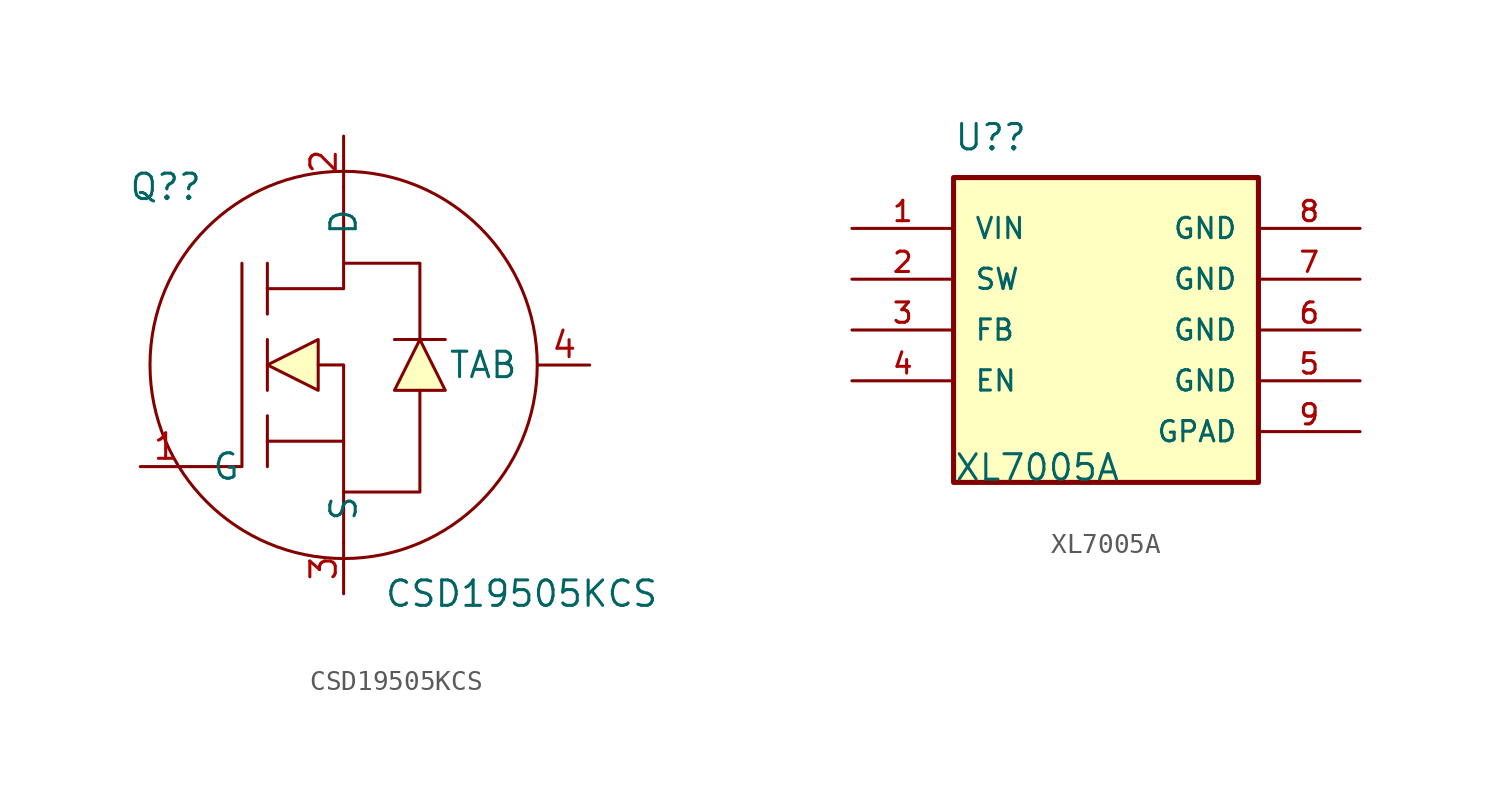
<source format=kicad_sym>
(kicad_symbol_lib
  (version 20211014)
  (generator kicad_symbol_editor)
  (symbol "CSD19505KCS"
    (pin_names
      (offset 1.016))
    (property "Reference" "Q?"
      (at -8.89 8.89 0)
      (effects (font (size 1.27 1.27))))
    (property "Value" "CSD19505KCS"
      (at 8.89 -11.43 0)
      (effects (font (size 1.27 1.27))))
    (symbol "CSD19505KCS_0_0"
      (pin passive line (at -10.16 -5.08 0) (length 2.54) (name "G" (effects (font (size 1.27 1.27)))) (number "1" (effects (font (size 1.27 1.27)))))
      (pin passive line (at 0 11.43 270) (length 2.54) (name "D" (effects (font (size 1.27 1.27)))) (number "2" (effects (font (size 1.27 1.27)))))
      (pin passive line (at 0 -11.43 90) (length 2.54) (name "S" (effects (font (size 1.27 1.27)))) (number "3" (effects (font (size 1.27 1.27)))))
      (pin passive line (at 12.291 -0.005 180) (length 2.54) (name "TAB" (effects (font (size 1.27 1.27)))) (number "4" (effects (font (size 1.27 1.27))))))
    (symbol "CSD19505KCS_0_1"
      (polyline (pts (xy -3.81 -3.81) (xy 0 -3.81)) (stroke (width 0) (type default) (color 0 0 0 0)) (fill (type none)))
      (polyline (pts (xy -3.81 -2.54) (xy -3.81 -5.08)) (stroke (width 0) (type default) (color 0 0 0 0)) (fill (type none)))
      (polyline (pts (xy -3.81 -1.27) (xy -3.81 1.27)) (stroke (width 0) (type default) (color 0 0 0 0)) (fill (type none)))
      (polyline (pts (xy -3.81 2.54) (xy -3.81 5.08)) (stroke (width 0) (type default) (color 0 0 0 0)) (fill (type none)))
      (polyline (pts (xy 2.54 1.27) (xy 5.08 1.27)) (stroke (width 0) (type default) (color 0 0 0 0)) (fill (type none)))
      (polyline (pts (xy -7.62 -5.08) (xy -5.08 -5.08) (xy -5.08 5.08)) (stroke (width 0) (type default) (color 0 0 0 0)) (fill (type none)))
      (polyline (pts (xy -3.81 3.81) (xy 0 3.81) (xy 0 8.89)) (stroke (width 0) (type default) (color 0 0 0 0)) (fill (type none)))
      (polyline (pts (xy -1.27 0) (xy 0 0) (xy 0 -8.89)) (stroke (width 0) (type default) (color 0 0 0 0)) (fill (type none)))
      (polyline (pts (xy 3.81 1.27) (xy 3.81 5.08) (xy 0 5.08)) (stroke (width 0) (type default) (color 0 0 0 0)) (fill (type none)))
      (polyline (pts (xy -1.27 -1.27) (xy -1.27 1.27) (xy -3.81 0) (xy -1.27 -1.27)) (stroke (width 0) (type default) (color 0 0 0 0)) (fill (type background)))
      (polyline (pts (xy 2.54 -1.27) (xy 5.08 -1.27) (xy 3.81 1.27) (xy 2.54 -1.27)) (stroke (width 0) (type default) (color 0 0 0 0)) (fill (type background)))
      (polyline (pts (xy 3.81 -1.27) (xy 3.81 -6.35) (xy 0 -6.35) (xy 2.54 -6.35)) (stroke (width 0) (type default) (color 0 0 0 0)) (fill (type none)))
      (circle (center 0 0) (radius 9.672) (stroke (width 0) (type default) (color 0 0 0 0)) (fill (type none)))))
  (symbol "XL7005A"
    (pin_names
      (offset 1.016))
    (property "Reference" "U?"
      (at -7.62 8.89 0)
      (effects (font (size 1.27 1.27)) (justify left bottom)))
    (property "Value" "XL7005A"
      (at -7.62 -7.62 0)
      (effects (font (size 1.27 1.27)) (justify left bottom)))
    (symbol "XL7005A_0_0"
      (rectangle (start -7.62 -7.62) (end 7.62 7.62) (stroke (width 0.254) (type default) (color 0 0 0 0)) (fill (type background)))
      (pin power_in line (at -12.7 5.08 0) (length 5.08) (name "VIN" (effects (font (size 1.016 1.016)))) (number "1" (effects (font (size 1.016 1.016)))))
      (pin power_out line (at -12.7 2.54 0) (length 5.08) (name "SW" (effects (font (size 1.016 1.016)))) (number "2" (effects (font (size 1.016 1.016)))))
      (pin input line (at -12.7 0 0) (length 5.08) (name "FB" (effects (font (size 1.016 1.016)))) (number "3" (effects (font (size 1.016 1.016)))))
      (pin input line (at -12.7 -2.54 0) (length 5.08) (name "EN" (effects (font (size 1.016 1.016)))) (number "4" (effects (font (size 1.016 1.016)))))
      (pin power_in line (at 12.7 -2.54 180) (length 5.08) (name "GND" (effects (font (size 1.016 1.016)))) (number "5" (effects (font (size 1.016 1.016)))))
      (pin power_in line (at 12.7 0 180) (length 5.08) (name "GND" (effects (font (size 1.016 1.016)))) (number "6" (effects (font (size 1.016 1.016)))))
      (pin power_in line (at 12.7 2.54 180) (length 5.08) (name "GND" (effects (font (size 1.016 1.016)))) (number "7" (effects (font (size 1.016 1.016)))))
      (pin power_in line (at 12.7 5.08 180) (length 5.08) (name "GND" (effects (font (size 1.016 1.016)))) (number "8" (effects (font (size 1.016 1.016)))))
      (pin power_in line (at 12.7 -5.08 180) (length 5.08) (name "GPAD" (effects (font (size 1.016 1.016)))) (number "9" (effects (font (size 1.016 1.016))))))))
</source>
